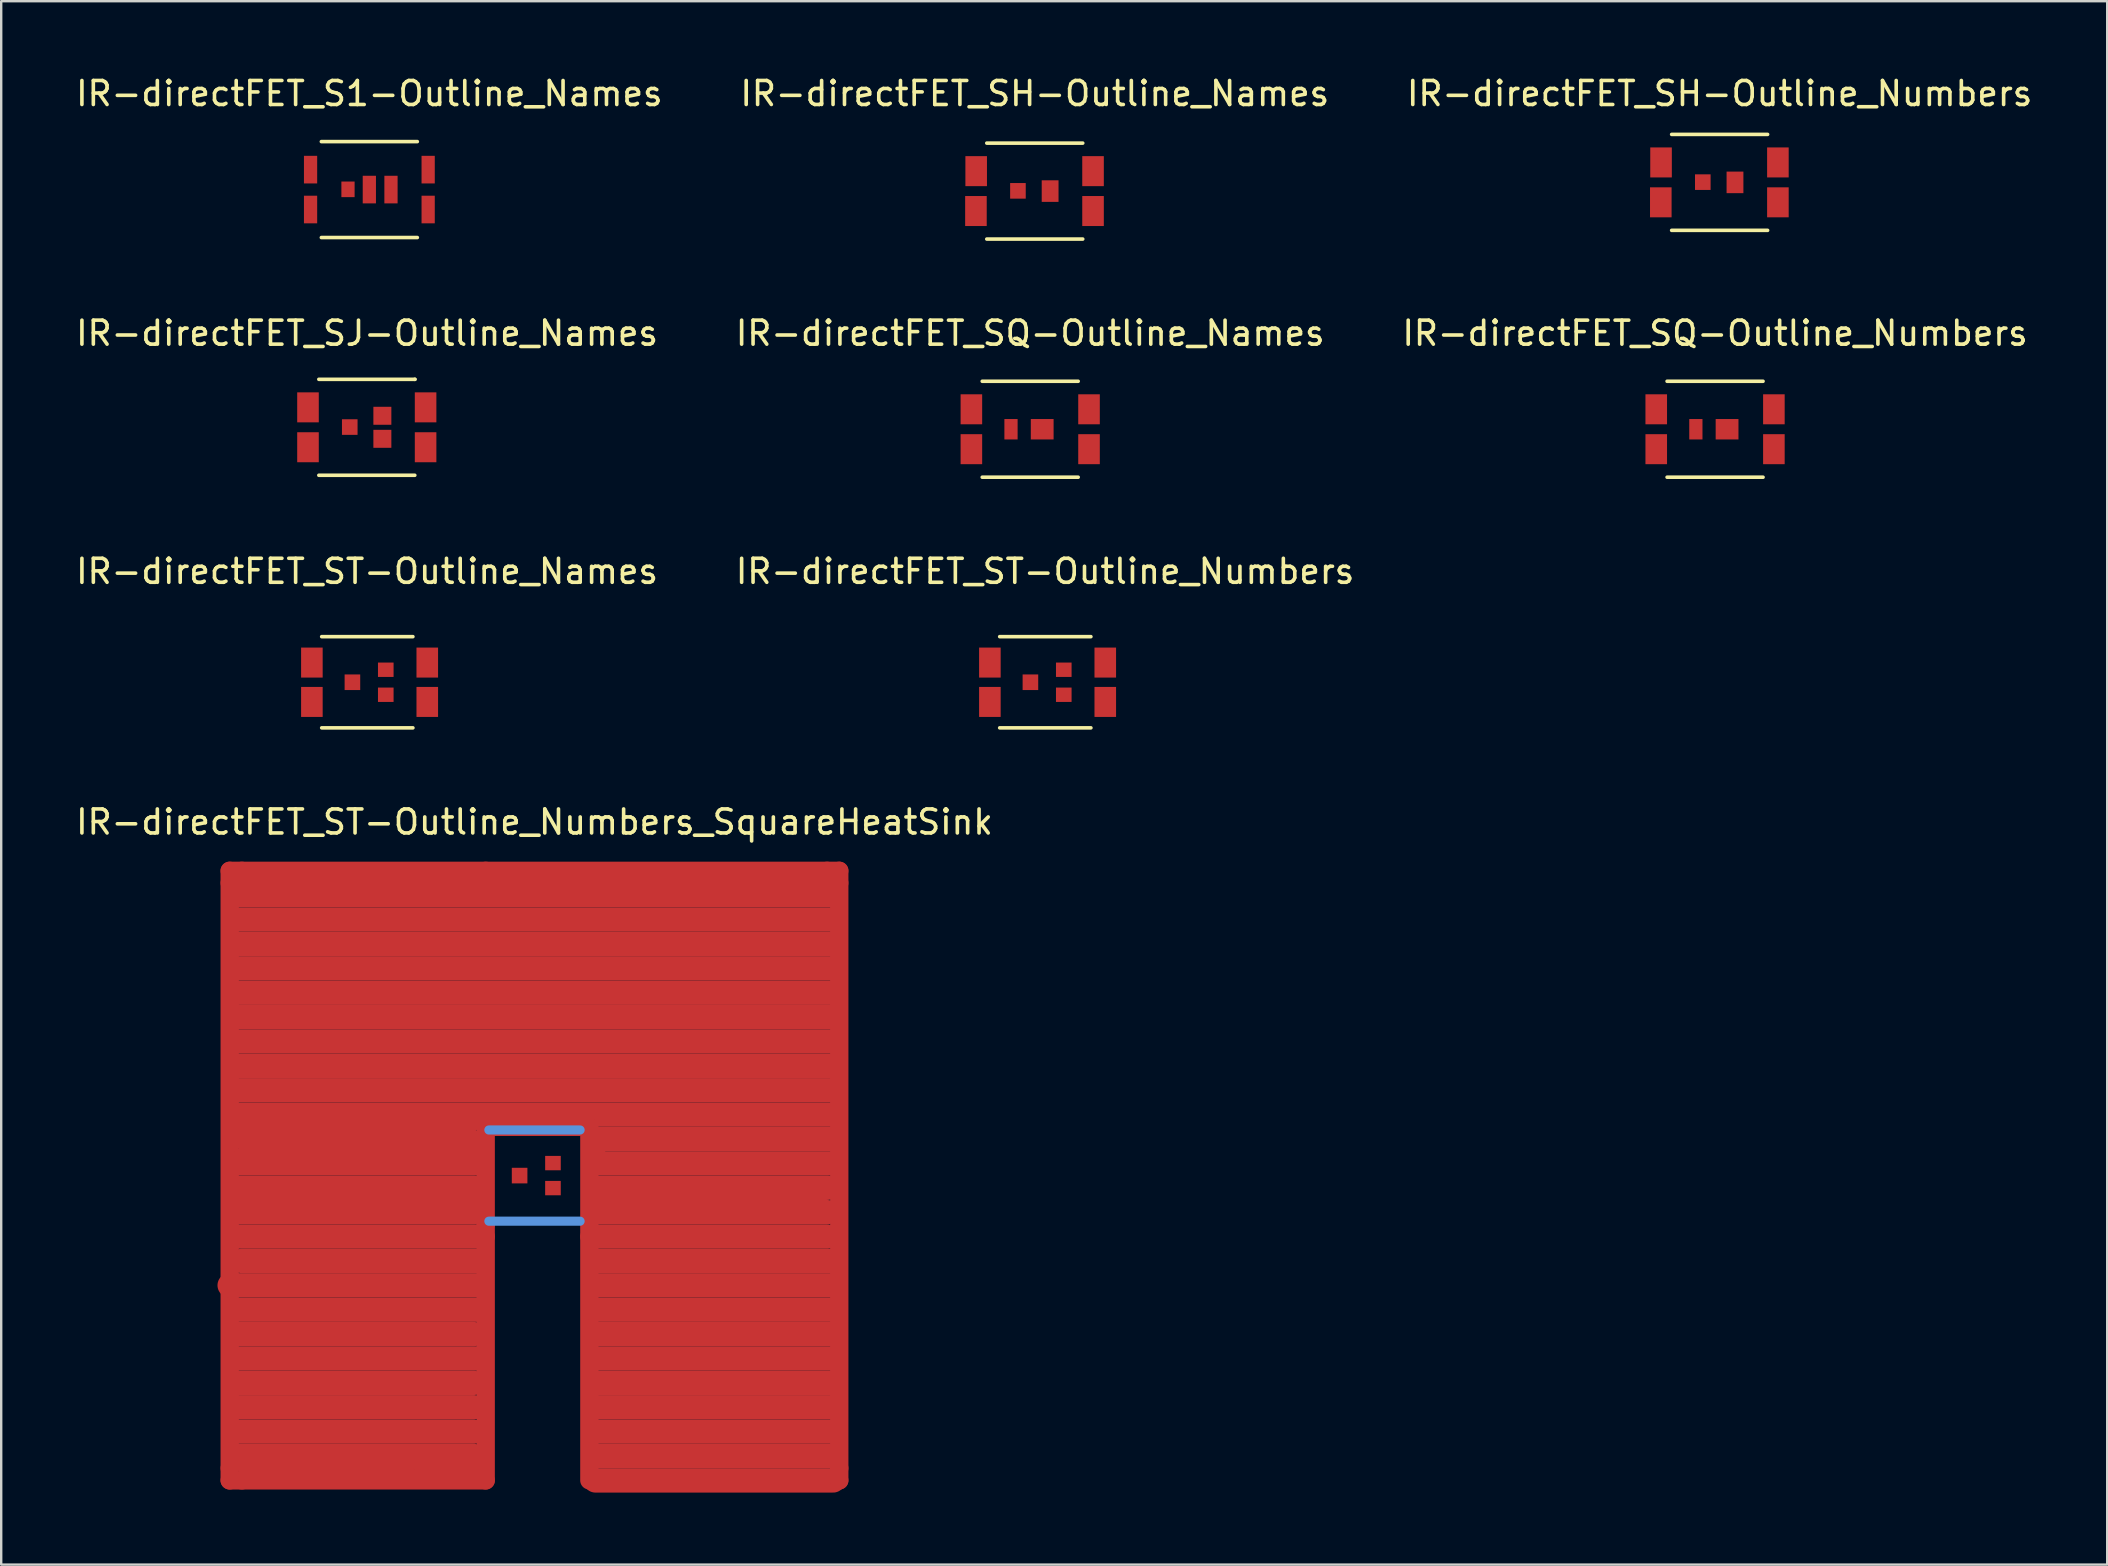
<source format=kicad_pcb>
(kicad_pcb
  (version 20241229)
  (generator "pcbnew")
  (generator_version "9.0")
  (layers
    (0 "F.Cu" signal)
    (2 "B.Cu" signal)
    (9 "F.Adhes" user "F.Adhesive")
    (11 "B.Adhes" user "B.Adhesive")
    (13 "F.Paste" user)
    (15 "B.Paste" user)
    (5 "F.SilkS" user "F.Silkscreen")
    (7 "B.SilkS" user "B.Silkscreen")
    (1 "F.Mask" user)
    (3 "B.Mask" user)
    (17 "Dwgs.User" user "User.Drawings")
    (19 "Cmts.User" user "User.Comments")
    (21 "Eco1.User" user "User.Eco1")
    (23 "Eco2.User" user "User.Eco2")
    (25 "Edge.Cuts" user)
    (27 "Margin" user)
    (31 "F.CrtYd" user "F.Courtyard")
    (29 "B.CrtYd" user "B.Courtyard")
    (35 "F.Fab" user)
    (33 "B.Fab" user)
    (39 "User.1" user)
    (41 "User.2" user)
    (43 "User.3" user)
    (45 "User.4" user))
  (footprint "IR-directFET_ST-Outline_Numbers"
    (layer "F.Cu")
    (at 40.504 25.377)
    (property "Reference" "IR-directFET_ST-Outline_Numbers" (at -0.01 -4.62 0) (layer "F.SilkS") (effects (font (size 1 1) (thickness 0.15))))
    (attr through_hole)
    (fp_line (start -1.9 -1.9) (end 1.9 -1.9) (stroke (width 0.15) (type solid)) (layer "F.SilkS"))
    (fp_line (start -1.9 1.9) (end 1.9 1.9) (stroke (width 0.15) (type solid)) (layer "F.SilkS"))
    (pad "1" smd rect (at 2.499 -0.82) (size 0.899 1.25) (layers "F.Cu" "F.Mask" "F.Paste"))
    (pad "3" smd rect (at 2.499 0.82) (size 0.899 1.25) (layers "F.Cu" "F.Mask" "F.Paste"))
    (pad "4" smd rect (at 0.77 -0.521) (size 0.65 0.599) (layers "F.Cu" "F.Mask" "F.Paste"))
    (pad "4" smd rect (at 0.77 0.521) (size 0.65 0.599) (layers "F.Cu" "F.Mask" "F.Paste"))
    (pad "5" smd rect (at -0.62 0) (size 0.65 0.65) (layers "F.Cu" "F.Mask" "F.Paste"))
    (pad "6" smd rect (at -2.309 -0.82) (size 0.899 1.25) (layers "F.Cu" "F.Mask" "F.Paste"))
    (pad "7" smd rect (at -2.309 0.82) (size 0.899 1.25) (layers "F.Cu" "F.Mask" "F.Paste")))
  (footprint "IR-directFET_S1-Outline_Names"
    (layer "F.Cu")
    (at 12.339 4.849)
    (property "Reference" "IR-directFET_S1-Outline_Names" (at 0 -4 0) (layer "F.SilkS") (effects (font (size 1 1) (thickness 0.15))))
    (attr through_hole)
    (fp_line (start -1.999 -1.999) (end 1.999 -1.999) (stroke (width 0.15) (type solid)) (layer "F.SilkS"))
    (fp_line (start 1.999 1.999) (end -1.999 1.999) (stroke (width 0.15) (type solid)) (layer "F.SilkS"))
    (pad "D" smd rect (at -2.449 -0.831) (size 0.551 1.151) (layers "F.Cu" "F.Mask" "F.Paste"))
    (pad "D" smd rect (at -2.449 0.831) (size 0.551 1.151) (layers "F.Cu" "F.Mask" "F.Paste"))
    (pad "D" smd rect (at 2.451 -0.831) (size 0.551 1.151) (layers "F.Cu" "F.Mask" "F.Paste"))
    (pad "D" smd rect (at 2.451 0.831) (size 0.551 1.151) (layers "F.Cu" "F.Mask" "F.Paste"))
    (pad "G" smd rect (at -0.889 -0.01) (size 0.551 0.65) (layers "F.Cu" "F.Mask" "F.Paste"))
    (pad "S" smd rect (at 0 0) (size 0.551 1.151) (layers "F.Cu" "F.Mask" "F.Paste"))
    (pad "S" smd rect (at 0.902 0) (size 0.551 1.151) (layers "F.Cu" "F.Mask" "F.Paste")))
  (footprint "IR-directFET_SH-Outline_Names"
    (layer "F.Cu")
    (at 40.065 4.912)
    (property "Reference" "IR-directFET_SH-Outline_Names" (at 0 -4.064 0) (layer "F.SilkS") (effects (font (size 1 1) (thickness 0.15))))
    (attr through_hole)
    (fp_line (start -1.999 -1.999) (end 1.999 -1.999) (stroke (width 0.15) (type solid)) (layer "F.SilkS"))
    (fp_line (start 1.999 1.999) (end -1.999 1.999) (stroke (width 0.15) (type solid)) (layer "F.SilkS"))
    (pad "D" smd rect (at -2.451 0.831) (size 0.899 1.25) (layers "F.Cu" "F.Mask" "F.Paste"))
    (pad "D" smd rect (at -2.441 -0.831) (size 0.899 1.25) (layers "F.Cu" "F.Mask" "F.Paste"))
    (pad "D" smd rect (at 2.428 -0.831) (size 0.899 1.25) (layers "F.Cu" "F.Mask" "F.Paste"))
    (pad "D" smd rect (at 2.428 0.831) (size 0.899 1.25) (layers "F.Cu" "F.Mask" "F.Paste"))
    (pad "G" smd rect (at -0.701 -0.01) (size 0.65 0.65) (layers "F.Cu" "F.Mask" "F.Paste"))
    (pad "S" smd rect (at 0.64 0) (size 0.701 0.899) (layers "F.Cu" "F.Mask" "F.Paste")))
  (footprint "IR-directFET_SJ-Outline_Names"
    (layer "F.Cu")
    (at 12.234 14.754)
    (property "Reference" "IR-directFET_SJ-Outline_Names" (at 0.01 -3.919 0) (layer "F.SilkS") (effects (font (size 1 1) (thickness 0.15))))
    (attr through_hole)
    (fp_line (start -1.999 -1.999) (end 1.999 -1.999) (stroke (width 0.15) (type solid)) (layer "F.SilkS"))
    (fp_line (start 1.999 -1.999) (end 2.009 -1.999) (stroke (width 0.15) (type solid)) (layer "F.SilkS"))
    (fp_line (start 1.999 1.999) (end -1.999 1.999) (stroke (width 0.15) (type solid)) (layer "F.SilkS"))
    (pad "D" smd rect (at -2.451 -0.831) (size 0.899 1.25) (layers "F.Cu" "F.Mask" "F.Paste"))
    (pad "D" smd rect (at -2.451 0.831) (size 0.899 1.25) (layers "F.Cu" "F.Mask" "F.Paste"))
    (pad "D" smd rect (at 2.449 -0.831) (size 0.899 1.25) (layers "F.Cu" "F.Mask" "F.Paste"))
    (pad "D" smd rect (at 2.449 0.831) (size 0.899 1.25) (layers "F.Cu" "F.Mask" "F.Paste"))
    (pad "G" smd rect (at -0.711 -0.01) (size 0.65 0.65) (layers "F.Cu" "F.Mask" "F.Paste"))
    (pad "S" smd rect (at 0.648 -0.48) (size 0.749 0.749) (layers "F.Cu" "F.Mask" "F.Paste"))
    (pad "S" smd rect (at 0.648 0.48) (size 0.749 0.749) (layers "F.Cu" "F.Mask" "F.Paste")))
  (footprint "IR-directFET_SQ-Outline_Numbers"
    (layer "F.Cu")
    (at 68.411 14.835)
    (property "Reference" "IR-directFET_SQ-Outline_Numbers" (at 0 -4 0) (layer "F.SilkS") (effects (font (size 1 1) (thickness 0.15))))
    (attr through_hole)
    (fp_line (start -1.999 -1.999) (end 1.999 -1.999) (stroke (width 0.15) (type solid)) (layer "F.SilkS"))
    (fp_line (start 1.999 1.999) (end -1.999 1.999) (stroke (width 0.15) (type solid)) (layer "F.SilkS"))
    (pad "1" smd rect (at 2.451 -0.831) (size 0.899 1.25) (layers "F.Cu" "F.Mask" "F.Paste"))
    (pad "2" smd rect (at 2.451 0.831) (size 0.899 1.25) (layers "F.Cu" "F.Mask" "F.Paste"))
    (pad "3" smd rect (at 0.5 0) (size 0.95 0.851) (layers "F.Cu" "F.Mask" "F.Paste"))
    (pad "4" smd rect (at -0.8 0) (size 0.551 0.851) (layers "F.Cu" "F.Mask" "F.Paste"))
    (pad "5" smd rect (at -2.451 -0.831) (size 0.899 1.25) (layers "F.Cu" "F.Mask" "F.Paste"))
    (pad "6" smd rect (at -2.451 0.831) (size 0.899 1.25) (layers "F.Cu" "F.Mask" "F.Paste")))
  (footprint "IR-directFET_ST-Outline_Numbers_SquareHeatSink"
    (layer "F.Cu")
    (at 19.22 45.933)
    (property "Reference" "IR-directFET_ST-Outline_Numbers_SquareHeatSink" (at 0 -14.732 0) (layer "F.SilkS") (effects (font (size 1 1) (thickness 0.15))))
    (attr through_hole)
    (fp_line (start -12.7 -12.7) (end -12.7 -12.192) (stroke (width 0.762) (type solid)) (layer "F.Cu"))
    (fp_line (start -12.7 -12.192) (end -12.7 12.192) (stroke (width 0.762) (type solid)) (layer "F.Cu"))
    (fp_line (start -12.7 4.572) (end -2.286 4.572) (stroke (width 1.016) (type solid)) (layer "F.Cu"))
    (fp_line (start -12.7 12.192) (end -12.7 12.7) (stroke (width 0.762) (type solid)) (layer "F.Cu"))
    (fp_line (start -12.7 12.7) (end -12.192 12.7) (stroke (width 0.762) (type solid)) (layer "F.Cu"))
    (fp_line (start -12.446 -12.192) (end 12.446 -12.192) (stroke (width 0.381) (type solid)) (layer "F.Cu"))
    (fp_line (start -12.446 -11.684) (end 12.446 -11.684) (stroke (width 1.016) (type solid)) (layer "F.Cu"))
    (fp_line (start -12.446 -10.668) (end 12.446 -10.668) (stroke (width 1.016) (type solid)) (layer "F.Cu"))
    (fp_line (start -12.446 -9.652) (end 12.446 -9.652) (stroke (width 1.016) (type solid)) (layer "F.Cu"))
    (fp_line (start -12.446 -8.636) (end 12.446 -8.636) (stroke (width 1.016) (type solid)) (layer "F.Cu"))
    (fp_line (start -12.446 -7.62) (end 12.446 -7.62) (stroke (width 1.016) (type solid)) (layer "F.Cu"))
    (fp_line (start -12.446 -6.604) (end 12.446 -6.604) (stroke (width 1.016) (type solid)) (layer "F.Cu"))
    (fp_line (start -12.446 -5.588) (end 12.446 -5.588) (stroke (width 1.016) (type solid)) (layer "F.Cu"))
    (fp_line (start -12.446 -4.572) (end 12.446 -4.572) (stroke (width 1.016) (type solid)) (layer "F.Cu"))
    (fp_line (start -12.446 -3.556) (end 12.446 -3.556) (stroke (width 1.016) (type solid)) (layer "F.Cu"))
    (fp_line (start -12.446 -2.54) (end 12.446 -2.54) (stroke (width 1.016) (type solid)) (layer "F.Cu"))
    (fp_line (start -12.446 -2.032) (end -2.54 -2.032) (stroke (width 0.381) (type solid)) (layer "F.Cu"))
    (fp_line (start -12.446 -1.524) (end -2.54 -1.524) (stroke (width 0.762) (type solid)) (layer "F.Cu"))
    (fp_line (start -12.446 -0.508) (end -2.286 -0.508) (stroke (width 1.016) (type solid)) (layer "F.Cu"))
    (fp_line (start -12.446 0.508) (end -2.54 0.508) (stroke (width 1.016) (type solid)) (layer "F.Cu"))
    (fp_line (start -12.446 1.524) (end -2.54 1.524) (stroke (width 1.016) (type solid)) (layer "F.Cu"))
    (fp_line (start -12.446 2.54) (end -2.286 2.54) (stroke (width 1.016) (type solid)) (layer "F.Cu"))
    (fp_line (start -12.446 5.588) (end -2.286 5.588) (stroke (width 1.016) (type solid)) (layer "F.Cu"))
    (fp_line (start -12.446 6.604) (end -2.54 6.604) (stroke (width 1.016) (type solid)) (layer "F.Cu"))
    (fp_line (start -12.446 7.62) (end -2.286 7.62) (stroke (width 1.016) (type solid)) (layer "F.Cu"))
    (fp_line (start -12.446 8.636) (end -2.54 8.636) (stroke (width 1.016) (type solid)) (layer "F.Cu"))
    (fp_line (start -12.446 9.652) (end -2.54 9.652) (stroke (width 1.016) (type solid)) (layer "F.Cu"))
    (fp_line (start -12.446 10.668) (end -2.54 10.668) (stroke (width 1.016) (type solid)) (layer "F.Cu"))
    (fp_line (start -12.446 11.684) (end -2.54 11.684) (stroke (width 1.016) (type solid)) (layer "F.Cu"))
    (fp_line (start -12.192 -12.7) (end -12.7 -12.7) (stroke (width 0.762) (type solid)) (layer "F.Cu"))
    (fp_line (start -12.192 -1.016) (end -2.286 -1.016) (stroke (width 0.381) (type solid)) (layer "F.Cu"))
    (fp_line (start -12.192 3.556) (end -2.286 3.556) (stroke (width 1.016) (type solid)) (layer "F.Cu"))
    (fp_line (start -12.192 12.192) (end -2.286 12.446) (stroke (width 0.381) (type solid)) (layer "F.Cu"))
    (fp_line (start -12.192 12.7) (end -2.032 12.7) (stroke (width 0.762) (type solid)) (layer "F.Cu"))
    (fp_line (start -4.826 12.192) (end -5.08 12.7) (stroke (width 0.381) (type solid)) (layer "F.Cu"))
    (fp_line (start -2.286 12.192) (end -4.826 12.192) (stroke (width 0.381) (type solid)) (layer "F.Cu"))
    (fp_line (start -2.032 -12.7) (end -12.192 -12.7) (stroke (width 0.762) (type solid)) (layer "F.Cu"))
    (fp_line (start -2.032 -2.032) (end 2.032 -2.032) (stroke (width 0.762) (type solid)) (layer "F.Cu"))
    (fp_line (start -2.032 2.032) (end -2.032 -2.032) (stroke (width 0.762) (type solid)) (layer "F.Cu"))
    (fp_line (start -2.032 2.54) (end -2.032 2.032) (stroke (width 0.762) (type solid)) (layer "F.Cu"))
    (fp_line (start -2.032 2.54) (end -2.032 12.7) (stroke (width 0.762) (type solid)) (layer "F.Cu"))
    (fp_line (start 2.286 -2.032) (end 2.286 2.54) (stroke (width 0.762) (type solid)) (layer "F.Cu"))
    (fp_line (start 2.286 2.54) (end 2.286 12.7) (stroke (width 0.762) (type solid)) (layer "F.Cu"))
    (fp_line (start 2.54 -1.524) (end 12.446 -1.524) (stroke (width 1.016) (type solid)) (layer "F.Cu"))
    (fp_line (start 2.54 -0.508) (end 12.446 -0.508) (stroke (width 1.016) (type solid)) (layer "F.Cu"))
    (fp_line (start 2.54 0.508) (end 12.192 0.508) (stroke (width 1.016) (type solid)) (layer "F.Cu"))
    (fp_line (start 2.54 1.524) (end 12.192 1.524) (stroke (width 1.016) (type solid)) (layer "F.Cu"))
    (fp_line (start 2.54 2.54) (end 12.192 2.54) (stroke (width 1.016) (type solid)) (layer "F.Cu"))
    (fp_line (start 2.54 3.556) (end 12.446 3.556) (stroke (width 1.016) (type solid)) (layer "F.Cu"))
    (fp_line (start 2.54 4.572) (end 12.446 4.572) (stroke (width 1.016) (type solid)) (layer "F.Cu"))
    (fp_line (start 2.54 5.588) (end 12.446 5.588) (stroke (width 1.016) (type solid)) (layer "F.Cu"))
    (fp_line (start 2.54 6.604) (end 12.446 6.604) (stroke (width 1.016) (type solid)) (layer "F.Cu"))
    (fp_line (start 2.54 7.62) (end 12.446 7.62) (stroke (width 1.016) (type solid)) (layer "F.Cu"))
    (fp_line (start 2.54 8.636) (end 12.446 8.636) (stroke (width 1.016) (type solid)) (layer "F.Cu"))
    (fp_line (start 2.54 9.652) (end 12.446 9.652) (stroke (width 1.016) (type solid)) (layer "F.Cu"))
    (fp_line (start 2.54 10.668) (end 12.446 10.668) (stroke (width 1.016) (type solid)) (layer "F.Cu"))
    (fp_line (start 2.54 11.684) (end 12.446 11.684) (stroke (width 1.016) (type solid)) (layer "F.Cu"))
    (fp_line (start 12.192 -12.7) (end -2.032 -12.7) (stroke (width 0.762) (type solid)) (layer "F.Cu"))
    (fp_line (start 12.192 -12.7) (end 12.7 -12.7) (stroke (width 0.762) (type solid)) (layer "F.Cu"))
    (fp_line (start 12.192 12.7) (end 12.7 12.7) (stroke (width 0.762) (type solid)) (layer "F.Cu"))
    (fp_line (start 12.446 12.7) (end 2.54 12.7) (stroke (width 1.016) (type solid)) (layer "F.Cu"))
    (fp_line (start 12.7 -12.7) (end 12.7 -12.192) (stroke (width 0.762) (type solid)) (layer "F.Cu"))
    (fp_line (start 12.7 12.192) (end 12.7 -12.192) (stroke (width 0.762) (type solid)) (layer "F.Cu"))
    (fp_line (start 12.7 12.7) (end 12.7 12.192) (stroke (width 0.762) (type solid)) (layer "F.Cu"))
    (fp_line (start -1.9 -1.9) (end 1.9 -1.9) (stroke (width 0.381) (type solid)) (layer "Cmts.User"))
    (fp_line (start -1.9 1.9) (end 1.9 1.9) (stroke (width 0.381) (type solid)) (layer "Cmts.User"))
    (pad "1" smd rect (at 2.499 -0.82) (size 0.899 1.25) (layers "F.Cu" "F.Mask" "F.Paste"))
    (pad "3" smd rect (at 2.499 0.82) (size 0.899 1.25) (layers "F.Cu" "F.Mask" "F.Paste"))
    (pad "4" smd rect (at 0.77 -0.521) (size 0.65 0.599) (layers "F.Cu" "F.Mask" "F.Paste"))
    (pad "4" smd rect (at 0.77 0.521) (size 0.65 0.599) (layers "F.Cu" "F.Mask" "F.Paste"))
    (pad "5" smd rect (at -0.62 0) (size 0.65 0.65) (layers "F.Cu" "F.Mask" "F.Paste"))
    (pad "6" smd rect (at -2.309 -0.82) (size 0.899 1.25) (layers "F.Cu" "F.Mask" "F.Paste"))
    (pad "7" smd rect (at -2.309 0.82) (size 0.899 1.25) (layers "F.Cu" "F.Mask" "F.Paste")))
  (footprint "IR-directFET_ST-Outline_Names"
    (layer "F.Cu")
    (at 12.254 25.377)
    (property "Reference" "IR-directFET_ST-Outline_Names" (at -0.01 -4.62 0) (layer "F.SilkS") (effects (font (size 1 1) (thickness 0.15))))
    (attr through_hole)
    (fp_line (start -1.9 -1.9) (end 1.9 -1.9) (stroke (width 0.15) (type solid)) (layer "F.SilkS"))
    (fp_line (start -1.9 1.9) (end 1.9 1.9) (stroke (width 0.15) (type solid)) (layer "F.SilkS"))
    (pad "D" smd rect (at -2.309 -0.82) (size 0.899 1.25) (layers "F.Cu" "F.Mask" "F.Paste"))
    (pad "D" smd rect (at -2.309 0.82) (size 0.899 1.25) (layers "F.Cu" "F.Mask" "F.Paste"))
    (pad "D" smd rect (at 2.499 -0.82) (size 0.899 1.25) (layers "F.Cu" "F.Mask" "F.Paste"))
    (pad "D" smd rect (at 2.499 0.82) (size 0.899 1.25) (layers "F.Cu" "F.Mask" "F.Paste"))
    (pad "G" smd rect (at -0.62 0) (size 0.65 0.65) (layers "F.Cu" "F.Mask" "F.Paste"))
    (pad "S" smd rect (at 0.77 -0.521) (size 0.65 0.599) (layers "F.Cu" "F.Mask" "F.Paste"))
    (pad "S" smd rect (at 0.77 0.521) (size 0.65 0.599) (layers "F.Cu" "F.Mask" "F.Paste")))
  (footprint "IR-directFET_SH-Outline_Numbers"
    (layer "F.Cu")
    (at 68.601 4.549)
    (property "Reference" "IR-directFET_SH-Outline_Numbers" (at 0 -3.701 0) (layer "F.SilkS") (effects (font (size 1 1) (thickness 0.15))))
    (attr through_hole)
    (fp_line (start -1.999 -1.999) (end 1.999 -1.999) (stroke (width 0.15) (type solid)) (layer "F.SilkS"))
    (fp_line (start 1.999 1.999) (end -1.999 1.999) (stroke (width 0.15) (type solid)) (layer "F.SilkS"))
    (pad "D" smd rect (at -2.451 0.831) (size 0.899 1.25) (layers "F.Cu" "F.Mask" "F.Paste"))
    (pad "D" smd rect (at -2.441 -0.831) (size 0.899 1.25) (layers "F.Cu" "F.Mask" "F.Paste"))
    (pad "D" smd rect (at 2.428 -0.831) (size 0.899 1.25) (layers "F.Cu" "F.Mask" "F.Paste"))
    (pad "D" smd rect (at 2.428 0.831) (size 0.899 1.25) (layers "F.Cu" "F.Mask" "F.Paste"))
    (pad "G" smd rect (at -0.701 -0.01) (size 0.65 0.65) (layers "F.Cu" "F.Mask" "F.Paste"))
    (pad "S" smd rect (at 0.64 0) (size 0.701 0.899) (layers "F.Cu" "F.Mask" "F.Paste")))
  (footprint "IR-directFET_SQ-Outline_Names"
    (layer "F.Cu")
    (at 39.875 14.835)
    (property "Reference" "IR-directFET_SQ-Outline_Names" (at 0 -4 0) (layer "F.SilkS") (effects (font (size 1 1) (thickness 0.15))))
    (attr through_hole)
    (fp_line (start -1.999 -1.999) (end 1.999 -1.999) (stroke (width 0.15) (type solid)) (layer "F.SilkS"))
    (fp_line (start 1.999 1.999) (end -1.999 1.999) (stroke (width 0.15) (type solid)) (layer "F.SilkS"))
    (pad "D" smd rect (at -2.451 -0.831) (size 0.899 1.25) (layers "F.Cu" "F.Mask" "F.Paste"))
    (pad "D" smd rect (at -2.451 0.831) (size 0.899 1.25) (layers "F.Cu" "F.Mask" "F.Paste"))
    (pad "D" smd rect (at 2.451 -0.831) (size 0.899 1.25) (layers "F.Cu" "F.Mask" "F.Paste"))
    (pad "D" smd rect (at 2.451 0.831) (size 0.899 1.25) (layers "F.Cu" "F.Mask" "F.Paste"))
    (pad "G" smd rect (at -0.8 0) (size 0.551 0.851) (layers "F.Cu" "F.Mask" "F.Paste"))
    (pad "S" smd rect (at 0.5 0) (size 0.95 0.851) (layers "F.Cu" "F.Mask" "F.Paste")))
  (gr_rect
    (start -3 -3)
    (end 84.75 62.141)
    (stroke (width 0.1) (type default))
    (fill no)
    (layer "Edge.Cuts")))
</source>
